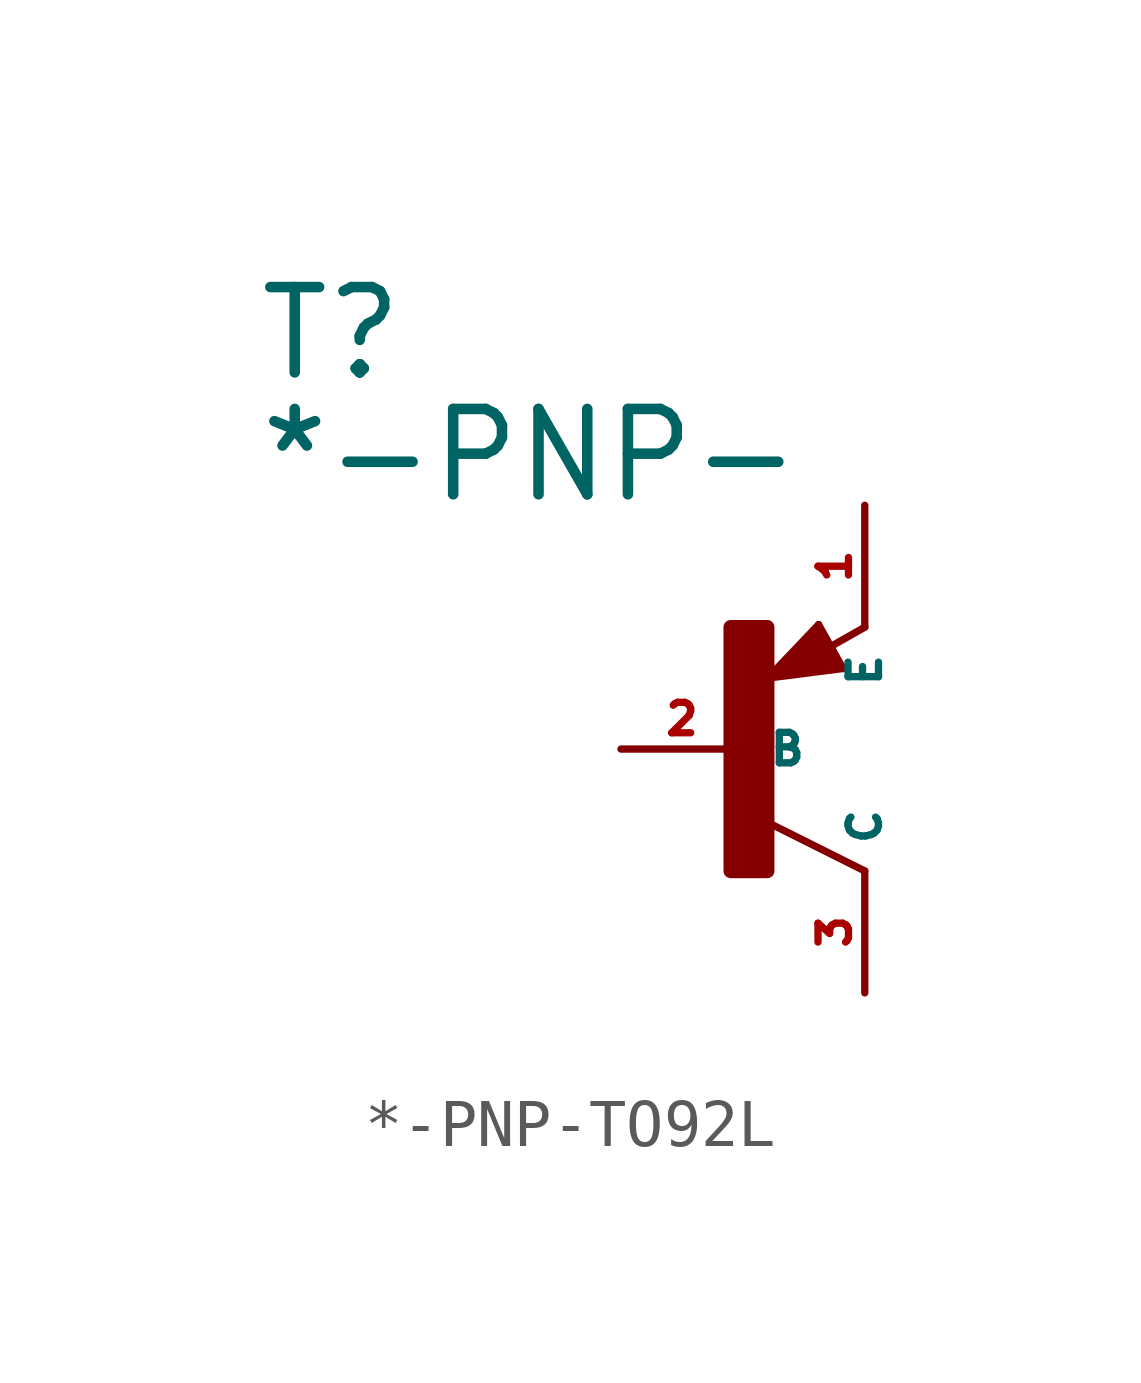
<source format=kicad_sym>
(kicad_symbol_lib
  (version 20220914)
  (generator Eagle2Kicad)
  (symbol "*-PNP-TO92L"
    (property "Reference" "T"
      (at -10.16 7.62 0)
      (effects (font (size 1.778 1.778) (thickness 0.22)) (justify left bottom)))
    (property "Value" "*-PNP-"
      (at -10.16 5.08 0)
      (effects (font (size 1.778 1.778) (thickness 0.22)) (justify left bottom)))
    (polyline
      (pts (xy 2.086 1.678) (xy 1.578 2.594))
      (stroke (width 0.152) (type default))
      (fill (type none)))
    (polyline
      (pts (xy 1.578 2.594) (xy 0.516 1.478))
      (stroke (width 0.152) (type default))
      (fill (type none)))
    (polyline
      (pts (xy 0.516 1.478) (xy 2.086 1.678))
      (stroke (width 0.152) (type default))
      (fill (type none)))
    (polyline
      (pts (xy 2.54 2.54) (xy 1.808 2.124))
      (stroke (width 0.152) (type default))
      (fill (type none)))
    (polyline
      (pts (xy 2.54 -2.54) (xy 0.508 -1.524))
      (stroke (width 0.152) (type default))
      (fill (type none)))
    (polyline
      (pts (xy 1.905 1.778) (xy 1.524 2.413))
      (stroke (width 0.254) (type default))
      (fill (type none)))
    (polyline
      (pts (xy 1.524 2.413) (xy 0.762 1.651))
      (stroke (width 0.254) (type default))
      (fill (type none)))
    (polyline
      (pts (xy 0.762 1.651) (xy 1.778 1.778))
      (stroke (width 0.254) (type default))
      (fill (type none)))
    (polyline
      (pts (xy 1.778 1.778) (xy 1.524 2.159))
      (stroke (width 0.254) (type default))
      (fill (type none)))
    (polyline
      (pts (xy 1.524 2.159) (xy 1.143 1.905))
      (stroke (width 0.254) (type default))
      (fill (type none)))
    (polyline
      (pts (xy 1.143 1.905) (xy 1.524 1.905))
      (stroke (width 0.254) (type default))
      (fill (type none)))
    (rectangle
      (start -0.254 -2.54)
      (end 0.508 2.54)
      (stroke (width 0.3) (type default))
      (fill (type outline)))
    (pin passive line
      (at -2.54 0 0)
      (length 2.54)
      (name "B" (effects (font (size 0.635 0.635) (thickness 0.08)) (justify left bottom)))
      (number "2" (effects (font (size 0.635 0.635) (thickness 0.08)) (justify left bottom))))
    (pin passive line
      (at 2.54 5.08 270)
      (length 2.54)
      (name "E" (effects (font (size 0.635 0.635) (thickness 0.08)) (justify left bottom)))
      (number "1" (effects (font (size 0.635 0.635) (thickness 0.08)) (justify left bottom))))
    (pin passive line
      (at 2.54 -5.08 90)
      (length 2.54)
      (name "C" (effects (font (size 0.635 0.635) (thickness 0.08)) (justify left bottom)))
      (number "3" (effects (font (size 0.635 0.635) (thickness 0.08)) (justify left bottom))))))
</source>
